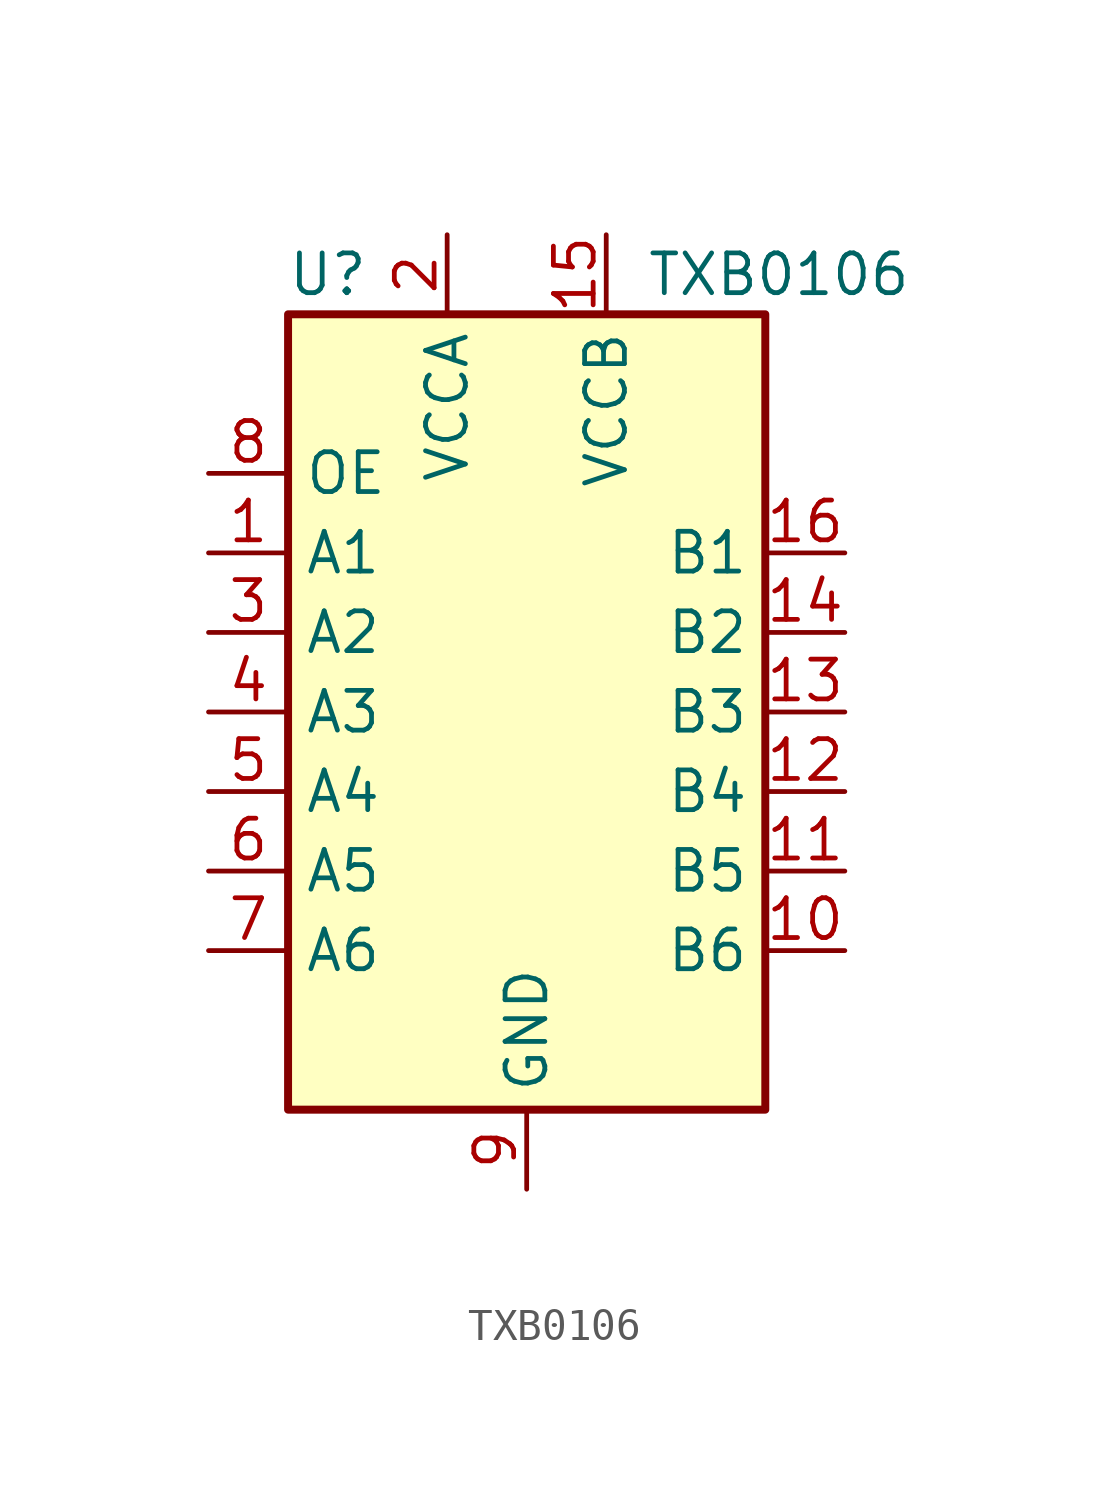
<source format=kicad_sym>
(kicad_symbol_lib
  (version 20220914)
  (generator kicad_symbol_editor)
  (symbol "TXB0106"
    (property "Reference" "U"
      (at -6.35 16.51 0)
      (effects (font (size 1.27 1.27))))
    (property "Value" "TXB0106"
      (at 3.81 16.51 0)
      (effects (font (size 1.27 1.27)) (justify left)))
    (symbol "TXB0106_0_1"
      (rectangle (start -7.62 15.24) (end 7.62 -10.16) (stroke (width 0.254) (type default)) (fill (type background))))
    (symbol "TXB0106_1_1"
      (pin bidirectional line (at -10.16 7.62 0) (length 2.54) (name "A1" (effects (font (size 1.27 1.27)))) (number "1" (effects (font (size 1.27 1.27)))))
      (pin bidirectional line (at 10.16 -5.08 180) (length 2.54) (name "B6" (effects (font (size 1.27 1.27)))) (number "10" (effects (font (size 1.27 1.27)))))
      (pin bidirectional line (at 10.16 -2.54 180) (length 2.54) (name "B5" (effects (font (size 1.27 1.27)))) (number "11" (effects (font (size 1.27 1.27)))))
      (pin bidirectional line (at 10.16 0 180) (length 2.54) (name "B4" (effects (font (size 1.27 1.27)))) (number "12" (effects (font (size 1.27 1.27)))))
      (pin bidirectional line (at 10.16 2.54 180) (length 2.54) (name "B3" (effects (font (size 1.27 1.27)))) (number "13" (effects (font (size 1.27 1.27)))))
      (pin bidirectional line (at 10.16 5.08 180) (length 2.54) (name "B2" (effects (font (size 1.27 1.27)))) (number "14" (effects (font (size 1.27 1.27)))))
      (pin power_in line (at 2.54 17.78 270) (length 2.54) (name "VCCB" (effects (font (size 1.27 1.27)))) (number "15" (effects (font (size 1.27 1.27)))))
      (pin bidirectional line (at 10.16 7.62 180) (length 2.54) (name "B1" (effects (font (size 1.27 1.27)))) (number "16" (effects (font (size 1.27 1.27)))))
      (pin power_in line (at -2.54 17.78 270) (length 2.54) (name "VCCA" (effects (font (size 1.27 1.27)))) (number "2" (effects (font (size 1.27 1.27)))))
      (pin bidirectional line (at -10.16 5.08 0) (length 2.54) (name "A2" (effects (font (size 1.27 1.27)))) (number "3" (effects (font (size 1.27 1.27)))))
      (pin bidirectional line (at -10.16 2.54 0) (length 2.54) (name "A3" (effects (font (size 1.27 1.27)))) (number "4" (effects (font (size 1.27 1.27)))))
      (pin bidirectional line (at -10.16 0 0) (length 2.54) (name "A4" (effects (font (size 1.27 1.27)))) (number "5" (effects (font (size 1.27 1.27)))))
      (pin bidirectional line (at -10.16 -2.54 0) (length 2.54) (name "A5" (effects (font (size 1.27 1.27)))) (number "6" (effects (font (size 1.27 1.27)))))
      (pin bidirectional line (at -10.16 -5.08 0) (length 2.54) (name "A6" (effects (font (size 1.27 1.27)))) (number "7" (effects (font (size 1.27 1.27)))))
      (pin input line (at -10.16 10.16 0) (length 2.54) (name "OE" (effects (font (size 1.27 1.27)))) (number "8" (effects (font (size 1.27 1.27)))))
      (pin power_in line (at 0 -12.7 90) (length 2.54) (name "GND" (effects (font (size 1.27 1.27)))) (number "9" (effects (font (size 1.27 1.27))))))))
</source>
